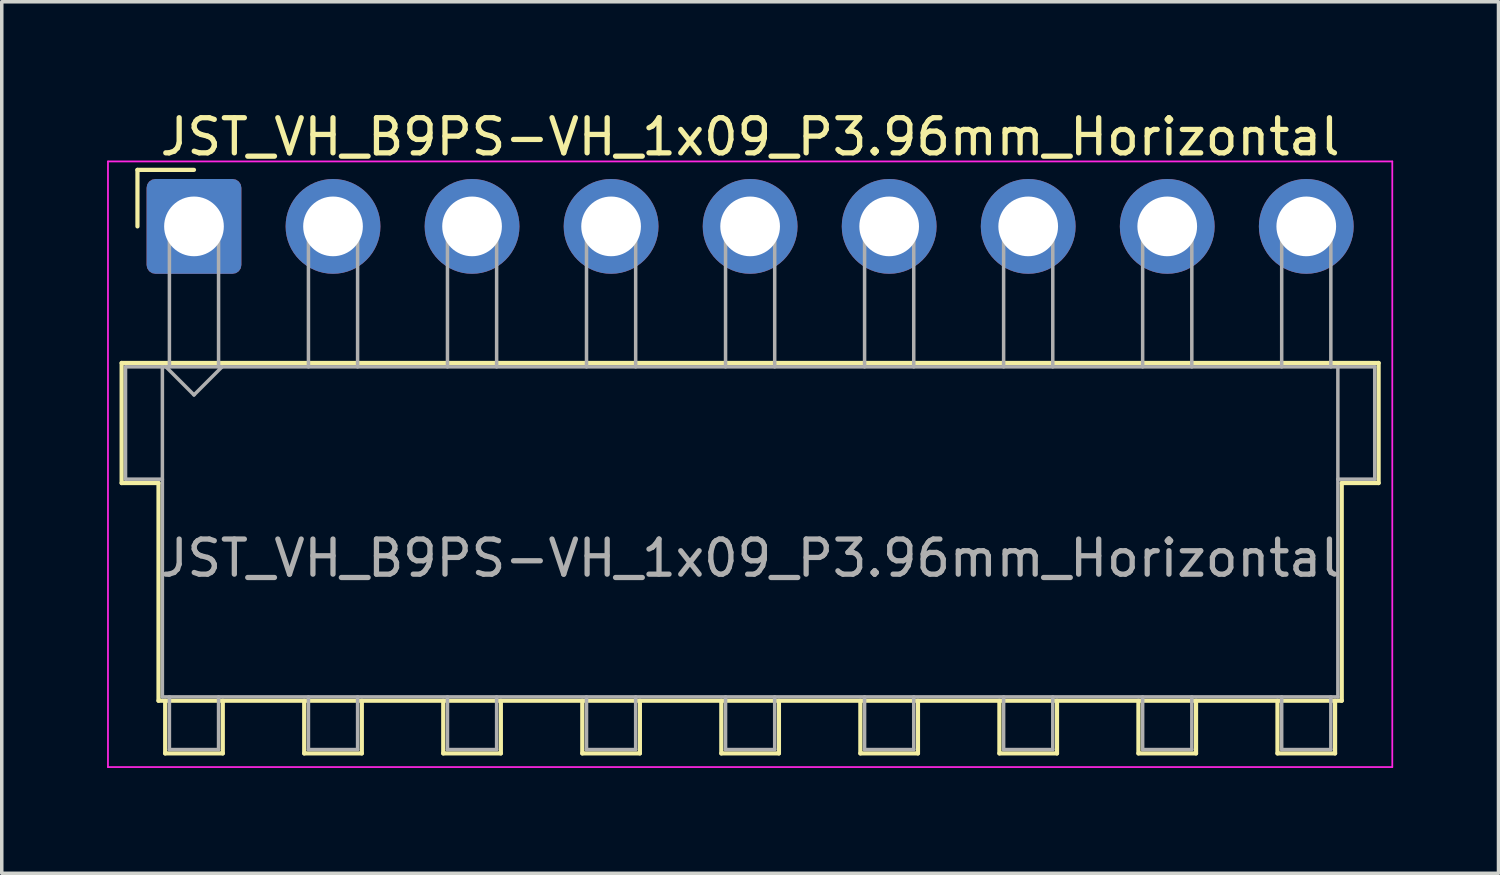
<source format=kicad_pcb>
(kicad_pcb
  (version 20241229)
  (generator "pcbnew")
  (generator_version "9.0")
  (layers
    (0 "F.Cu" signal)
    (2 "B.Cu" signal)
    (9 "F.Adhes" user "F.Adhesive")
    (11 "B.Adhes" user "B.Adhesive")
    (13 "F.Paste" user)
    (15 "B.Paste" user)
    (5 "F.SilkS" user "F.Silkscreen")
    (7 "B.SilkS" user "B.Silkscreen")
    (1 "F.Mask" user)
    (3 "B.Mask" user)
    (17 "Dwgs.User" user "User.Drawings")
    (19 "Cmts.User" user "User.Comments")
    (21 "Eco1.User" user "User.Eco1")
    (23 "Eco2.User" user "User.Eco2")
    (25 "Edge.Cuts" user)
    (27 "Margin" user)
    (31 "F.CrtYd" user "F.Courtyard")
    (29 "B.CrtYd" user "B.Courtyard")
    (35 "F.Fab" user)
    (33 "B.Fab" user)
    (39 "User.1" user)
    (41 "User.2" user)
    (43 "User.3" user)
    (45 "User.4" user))
  (footprint "JST_VH_B9PS-VH_1x09_P3.96mm_Horizontal"
    (layer "F.Cu")
    (at 2.475 3.398)
    (property "Reference" "JST_VH_B9PS-VH_1x09_P3.96mm_Horizontal" (at 15.84 -2.55 0) (layer "F.SilkS") (effects (font (size 1 1) (thickness 0.15))))
    (attr through_hole)
    (fp_line (start -2.06 3.89) (end 33.74 3.89) (stroke (width 0.12) (type solid)) (layer "F.SilkS"))
    (fp_line (start -2.06 7.31) (end -2.06 3.89) (stroke (width 0.12) (type solid)) (layer "F.SilkS"))
    (fp_line (start -1.61 -1.61) (end -1.61 0) (stroke (width 0.12) (type solid)) (layer "F.SilkS"))
    (fp_line (start -1.01 7.31) (end -2.06 7.31) (stroke (width 0.12) (type solid)) (layer "F.SilkS"))
    (fp_line (start -1.01 13.51) (end -1.01 7.31) (stroke (width 0.12) (type solid)) (layer "F.SilkS"))
    (fp_line (start -0.82 13.51) (end -0.82 15.01) (stroke (width 0.12) (type solid)) (layer "F.SilkS"))
    (fp_line (start -0.82 15.01) (end 0.82 15.01) (stroke (width 0.12) (type solid)) (layer "F.SilkS"))
    (fp_line (start 0 -1.61) (end -1.61 -1.61) (stroke (width 0.12) (type solid)) (layer "F.SilkS"))
    (fp_line (start 0.82 15.01) (end 0.82 13.51) (stroke (width 0.12) (type solid)) (layer "F.SilkS"))
    (fp_line (start 3.14 13.51) (end 3.14 15.01) (stroke (width 0.12) (type solid)) (layer "F.SilkS"))
    (fp_line (start 3.14 15.01) (end 4.78 15.01) (stroke (width 0.12) (type solid)) (layer "F.SilkS"))
    (fp_line (start 4.78 15.01) (end 4.78 13.51) (stroke (width 0.12) (type solid)) (layer "F.SilkS"))
    (fp_line (start 7.1 13.51) (end 7.1 15.01) (stroke (width 0.12) (type solid)) (layer "F.SilkS"))
    (fp_line (start 7.1 15.01) (end 8.74 15.01) (stroke (width 0.12) (type solid)) (layer "F.SilkS"))
    (fp_line (start 8.74 15.01) (end 8.74 13.51) (stroke (width 0.12) (type solid)) (layer "F.SilkS"))
    (fp_line (start 11.06 13.51) (end 11.06 15.01) (stroke (width 0.12) (type solid)) (layer "F.SilkS"))
    (fp_line (start 11.06 15.01) (end 12.7 15.01) (stroke (width 0.12) (type solid)) (layer "F.SilkS"))
    (fp_line (start 12.7 15.01) (end 12.7 13.51) (stroke (width 0.12) (type solid)) (layer "F.SilkS"))
    (fp_line (start 15.02 13.51) (end 15.02 15.01) (stroke (width 0.12) (type solid)) (layer "F.SilkS"))
    (fp_line (start 15.02 15.01) (end 16.66 15.01) (stroke (width 0.12) (type solid)) (layer "F.SilkS"))
    (fp_line (start 16.66 15.01) (end 16.66 13.51) (stroke (width 0.12) (type solid)) (layer "F.SilkS"))
    (fp_line (start 18.98 13.51) (end 18.98 15.01) (stroke (width 0.12) (type solid)) (layer "F.SilkS"))
    (fp_line (start 18.98 15.01) (end 20.62 15.01) (stroke (width 0.12) (type solid)) (layer "F.SilkS"))
    (fp_line (start 20.62 15.01) (end 20.62 13.51) (stroke (width 0.12) (type solid)) (layer "F.SilkS"))
    (fp_line (start 22.94 13.51) (end 22.94 15.01) (stroke (width 0.12) (type solid)) (layer "F.SilkS"))
    (fp_line (start 22.94 15.01) (end 24.58 15.01) (stroke (width 0.12) (type solid)) (layer "F.SilkS"))
    (fp_line (start 24.58 15.01) (end 24.58 13.51) (stroke (width 0.12) (type solid)) (layer "F.SilkS"))
    (fp_line (start 26.9 13.51) (end 26.9 15.01) (stroke (width 0.12) (type solid)) (layer "F.SilkS"))
    (fp_line (start 26.9 15.01) (end 28.54 15.01) (stroke (width 0.12) (type solid)) (layer "F.SilkS"))
    (fp_line (start 28.54 15.01) (end 28.54 13.51) (stroke (width 0.12) (type solid)) (layer "F.SilkS"))
    (fp_line (start 30.86 13.51) (end 30.86 15.01) (stroke (width 0.12) (type solid)) (layer "F.SilkS"))
    (fp_line (start 30.86 15.01) (end 32.5 15.01) (stroke (width 0.12) (type solid)) (layer "F.SilkS"))
    (fp_line (start 32.5 15.01) (end 32.5 13.51) (stroke (width 0.12) (type solid)) (layer "F.SilkS"))
    (fp_line (start 32.69 7.31) (end 32.69 13.51) (stroke (width 0.12) (type solid)) (layer "F.SilkS"))
    (fp_line (start 32.69 13.51) (end -1.01 13.51) (stroke (width 0.12) (type solid)) (layer "F.SilkS"))
    (fp_line (start 33.74 3.89) (end 33.74 7.31) (stroke (width 0.12) (type solid)) (layer "F.SilkS"))
    (fp_line (start 33.74 7.31) (end 32.69 7.31) (stroke (width 0.12) (type solid)) (layer "F.SilkS"))
    (fp_line (start -2.45 -1.85) (end -2.45 15.4) (stroke (width 0.05) (type solid)) (layer "F.CrtYd"))
    (fp_line (start -2.45 15.4) (end 34.13 15.4) (stroke (width 0.05) (type solid)) (layer "F.CrtYd"))
    (fp_line (start 34.13 -1.85) (end -2.45 -1.85) (stroke (width 0.05) (type solid)) (layer "F.CrtYd"))
    (fp_line (start 34.13 15.4) (end 34.13 -1.85) (stroke (width 0.05) (type solid)) (layer "F.CrtYd"))
    (fp_line (start -1.95 4) (end -0.9 4) (stroke (width 0.1) (type solid)) (layer "F.Fab"))
    (fp_line (start -1.95 7.2) (end -1.95 4) (stroke (width 0.1) (type solid)) (layer "F.Fab"))
    (fp_line (start -0.9 4) (end -0.9 13.4) (stroke (width 0.1) (type solid)) (layer "F.Fab"))
    (fp_line (start -0.9 7.2) (end -1.95 7.2) (stroke (width 0.1) (type solid)) (layer "F.Fab"))
    (fp_line (start -0.9 13.4) (end 32.58 13.4) (stroke (width 0.1) (type solid)) (layer "F.Fab"))
    (fp_line (start -0.8 4) (end 0 4.8) (stroke (width 0.1) (type solid)) (layer "F.Fab"))
    (fp_line (start -0.7 0) (end 0.7 0) (stroke (width 0.1) (type solid)) (layer "F.Fab"))
    (fp_line (start -0.7 4) (end -0.7 0) (stroke (width 0.1) (type solid)) (layer "F.Fab"))
    (fp_line (start -0.7 13.4) (end -0.7 14.9) (stroke (width 0.1) (type solid)) (layer "F.Fab"))
    (fp_line (start -0.7 14.9) (end 0.7 14.9) (stroke (width 0.1) (type solid)) (layer "F.Fab"))
    (fp_line (start 0 4.8) (end 0.8 4) (stroke (width 0.1) (type solid)) (layer "F.Fab"))
    (fp_line (start 0.7 0) (end 0.7 4) (stroke (width 0.1) (type solid)) (layer "F.Fab"))
    (fp_line (start 0.7 14.9) (end 0.7 13.4) (stroke (width 0.1) (type solid)) (layer "F.Fab"))
    (fp_line (start 3.26 0) (end 4.66 0) (stroke (width 0.1) (type solid)) (layer "F.Fab"))
    (fp_line (start 3.26 4) (end 3.26 0) (stroke (width 0.1) (type solid)) (layer "F.Fab"))
    (fp_line (start 3.26 13.4) (end 3.26 14.9) (stroke (width 0.1) (type solid)) (layer "F.Fab"))
    (fp_line (start 3.26 14.9) (end 4.66 14.9) (stroke (width 0.1) (type solid)) (layer "F.Fab"))
    (fp_line (start 4.66 0) (end 4.66 4) (stroke (width 0.1) (type solid)) (layer "F.Fab"))
    (fp_line (start 4.66 14.9) (end 4.66 13.4) (stroke (width 0.1) (type solid)) (layer "F.Fab"))
    (fp_line (start 7.22 0) (end 8.62 0) (stroke (width 0.1) (type solid)) (layer "F.Fab"))
    (fp_line (start 7.22 4) (end 7.22 0) (stroke (width 0.1) (type solid)) (layer "F.Fab"))
    (fp_line (start 7.22 13.4) (end 7.22 14.9) (stroke (width 0.1) (type solid)) (layer "F.Fab"))
    (fp_line (start 7.22 14.9) (end 8.62 14.9) (stroke (width 0.1) (type solid)) (layer "F.Fab"))
    (fp_line (start 8.62 0) (end 8.62 4) (stroke (width 0.1) (type solid)) (layer "F.Fab"))
    (fp_line (start 8.62 14.9) (end 8.62 13.4) (stroke (width 0.1) (type solid)) (layer "F.Fab"))
    (fp_line (start 11.18 0) (end 12.58 0) (stroke (width 0.1) (type solid)) (layer "F.Fab"))
    (fp_line (start 11.18 4) (end 11.18 0) (stroke (width 0.1) (type solid)) (layer "F.Fab"))
    (fp_line (start 11.18 13.4) (end 11.18 14.9) (stroke (width 0.1) (type solid)) (layer "F.Fab"))
    (fp_line (start 11.18 14.9) (end 12.58 14.9) (stroke (width 0.1) (type solid)) (layer "F.Fab"))
    (fp_line (start 12.58 0) (end 12.58 4) (stroke (width 0.1) (type solid)) (layer "F.Fab"))
    (fp_line (start 12.58 14.9) (end 12.58 13.4) (stroke (width 0.1) (type solid)) (layer "F.Fab"))
    (fp_line (start 15.14 0) (end 16.54 0) (stroke (width 0.1) (type solid)) (layer "F.Fab"))
    (fp_line (start 15.14 4) (end 15.14 0) (stroke (width 0.1) (type solid)) (layer "F.Fab"))
    (fp_line (start 15.14 13.4) (end 15.14 14.9) (stroke (width 0.1) (type solid)) (layer "F.Fab"))
    (fp_line (start 15.14 14.9) (end 16.54 14.9) (stroke (width 0.1) (type solid)) (layer "F.Fab"))
    (fp_line (start 16.54 0) (end 16.54 4) (stroke (width 0.1) (type solid)) (layer "F.Fab"))
    (fp_line (start 16.54 14.9) (end 16.54 13.4) (stroke (width 0.1) (type solid)) (layer "F.Fab"))
    (fp_line (start 19.1 0) (end 20.5 0) (stroke (width 0.1) (type solid)) (layer "F.Fab"))
    (fp_line (start 19.1 4) (end 19.1 0) (stroke (width 0.1) (type solid)) (layer "F.Fab"))
    (fp_line (start 19.1 13.4) (end 19.1 14.9) (stroke (width 0.1) (type solid)) (layer "F.Fab"))
    (fp_line (start 19.1 14.9) (end 20.5 14.9) (stroke (width 0.1) (type solid)) (layer "F.Fab"))
    (fp_line (start 20.5 0) (end 20.5 4) (stroke (width 0.1) (type solid)) (layer "F.Fab"))
    (fp_line (start 20.5 14.9) (end 20.5 13.4) (stroke (width 0.1) (type solid)) (layer "F.Fab"))
    (fp_line (start 23.06 0) (end 24.46 0) (stroke (width 0.1) (type solid)) (layer "F.Fab"))
    (fp_line (start 23.06 4) (end 23.06 0) (stroke (width 0.1) (type solid)) (layer "F.Fab"))
    (fp_line (start 23.06 13.4) (end 23.06 14.9) (stroke (width 0.1) (type solid)) (layer "F.Fab"))
    (fp_line (start 23.06 14.9) (end 24.46 14.9) (stroke (width 0.1) (type solid)) (layer "F.Fab"))
    (fp_line (start 24.46 0) (end 24.46 4) (stroke (width 0.1) (type solid)) (layer "F.Fab"))
    (fp_line (start 24.46 14.9) (end 24.46 13.4) (stroke (width 0.1) (type solid)) (layer "F.Fab"))
    (fp_line (start 27.02 0) (end 28.42 0) (stroke (width 0.1) (type solid)) (layer "F.Fab"))
    (fp_line (start 27.02 4) (end 27.02 0) (stroke (width 0.1) (type solid)) (layer "F.Fab"))
    (fp_line (start 27.02 13.4) (end 27.02 14.9) (stroke (width 0.1) (type solid)) (layer "F.Fab"))
    (fp_line (start 27.02 14.9) (end 28.42 14.9) (stroke (width 0.1) (type solid)) (layer "F.Fab"))
    (fp_line (start 28.42 0) (end 28.42 4) (stroke (width 0.1) (type solid)) (layer "F.Fab"))
    (fp_line (start 28.42 14.9) (end 28.42 13.4) (stroke (width 0.1) (type solid)) (layer "F.Fab"))
    (fp_line (start 30.98 0) (end 32.38 0) (stroke (width 0.1) (type solid)) (layer "F.Fab"))
    (fp_line (start 30.98 4) (end 30.98 0) (stroke (width 0.1) (type solid)) (layer "F.Fab"))
    (fp_line (start 30.98 13.4) (end 30.98 14.9) (stroke (width 0.1) (type solid)) (layer "F.Fab"))
    (fp_line (start 30.98 14.9) (end 32.38 14.9) (stroke (width 0.1) (type solid)) (layer "F.Fab"))
    (fp_line (start 32.38 0) (end 32.38 4) (stroke (width 0.1) (type solid)) (layer "F.Fab"))
    (fp_line (start 32.38 14.9) (end 32.38 13.4) (stroke (width 0.1) (type solid)) (layer "F.Fab"))
    (fp_line (start 32.58 4) (end -0.9 4) (stroke (width 0.1) (type solid)) (layer "F.Fab"))
    (fp_line (start 32.58 4) (end 33.63 4) (stroke (width 0.1) (type solid)) (layer "F.Fab"))
    (fp_line (start 32.58 13.4) (end 32.58 4) (stroke (width 0.1) (type solid)) (layer "F.Fab"))
    (fp_line (start 33.63 4) (end 33.63 7.2) (stroke (width 0.1) (type solid)) (layer "F.Fab"))
    (fp_line (start 33.63 7.2) (end 32.58 7.2) (stroke (width 0.1) (type solid)) (layer "F.Fab"))
    (fp_text user "${REFERENCE}" (at 15.84 9.45 0) (layer "F.Fab") (effects (font (size 1 1) (thickness 0.15))))
    (pad "1" thru_hole roundrect (at 0 0) (size 2.7 2.7) (drill 1.7) (layers "*.Cu" "*.Mask") (roundrect_rratio 0.093))
    (pad "2" thru_hole circle (at 3.96 0) (size 2.7 2.7) (drill 1.7) (layers "*.Cu" "*.Mask"))
    (pad "3" thru_hole circle (at 7.92 0) (size 2.7 2.7) (drill 1.7) (layers "*.Cu" "*.Mask"))
    (pad "4" thru_hole circle (at 11.88 0) (size 2.7 2.7) (drill 1.7) (layers "*.Cu" "*.Mask"))
    (pad "5" thru_hole circle (at 15.84 0) (size 2.7 2.7) (drill 1.7) (layers "*.Cu" "*.Mask"))
    (pad "6" thru_hole circle (at 19.8 0) (size 2.7 2.7) (drill 1.7) (layers "*.Cu" "*.Mask"))
    (pad "7" thru_hole circle (at 23.76 0) (size 2.7 2.7) (drill 1.7) (layers "*.Cu" "*.Mask"))
    (pad "8" thru_hole circle (at 27.72 0) (size 2.7 2.7) (drill 1.7) (layers "*.Cu" "*.Mask"))
    (pad "9" thru_hole circle (at 31.68 0) (size 2.7 2.7) (drill 1.7) (layers "*.Cu" "*.Mask")))
  (gr_rect
    (start -3 -3)
    (end 39.63 21.823)
    (stroke (width 0.1) (type default))
    (fill no)
    (layer "Edge.Cuts")))
</source>
